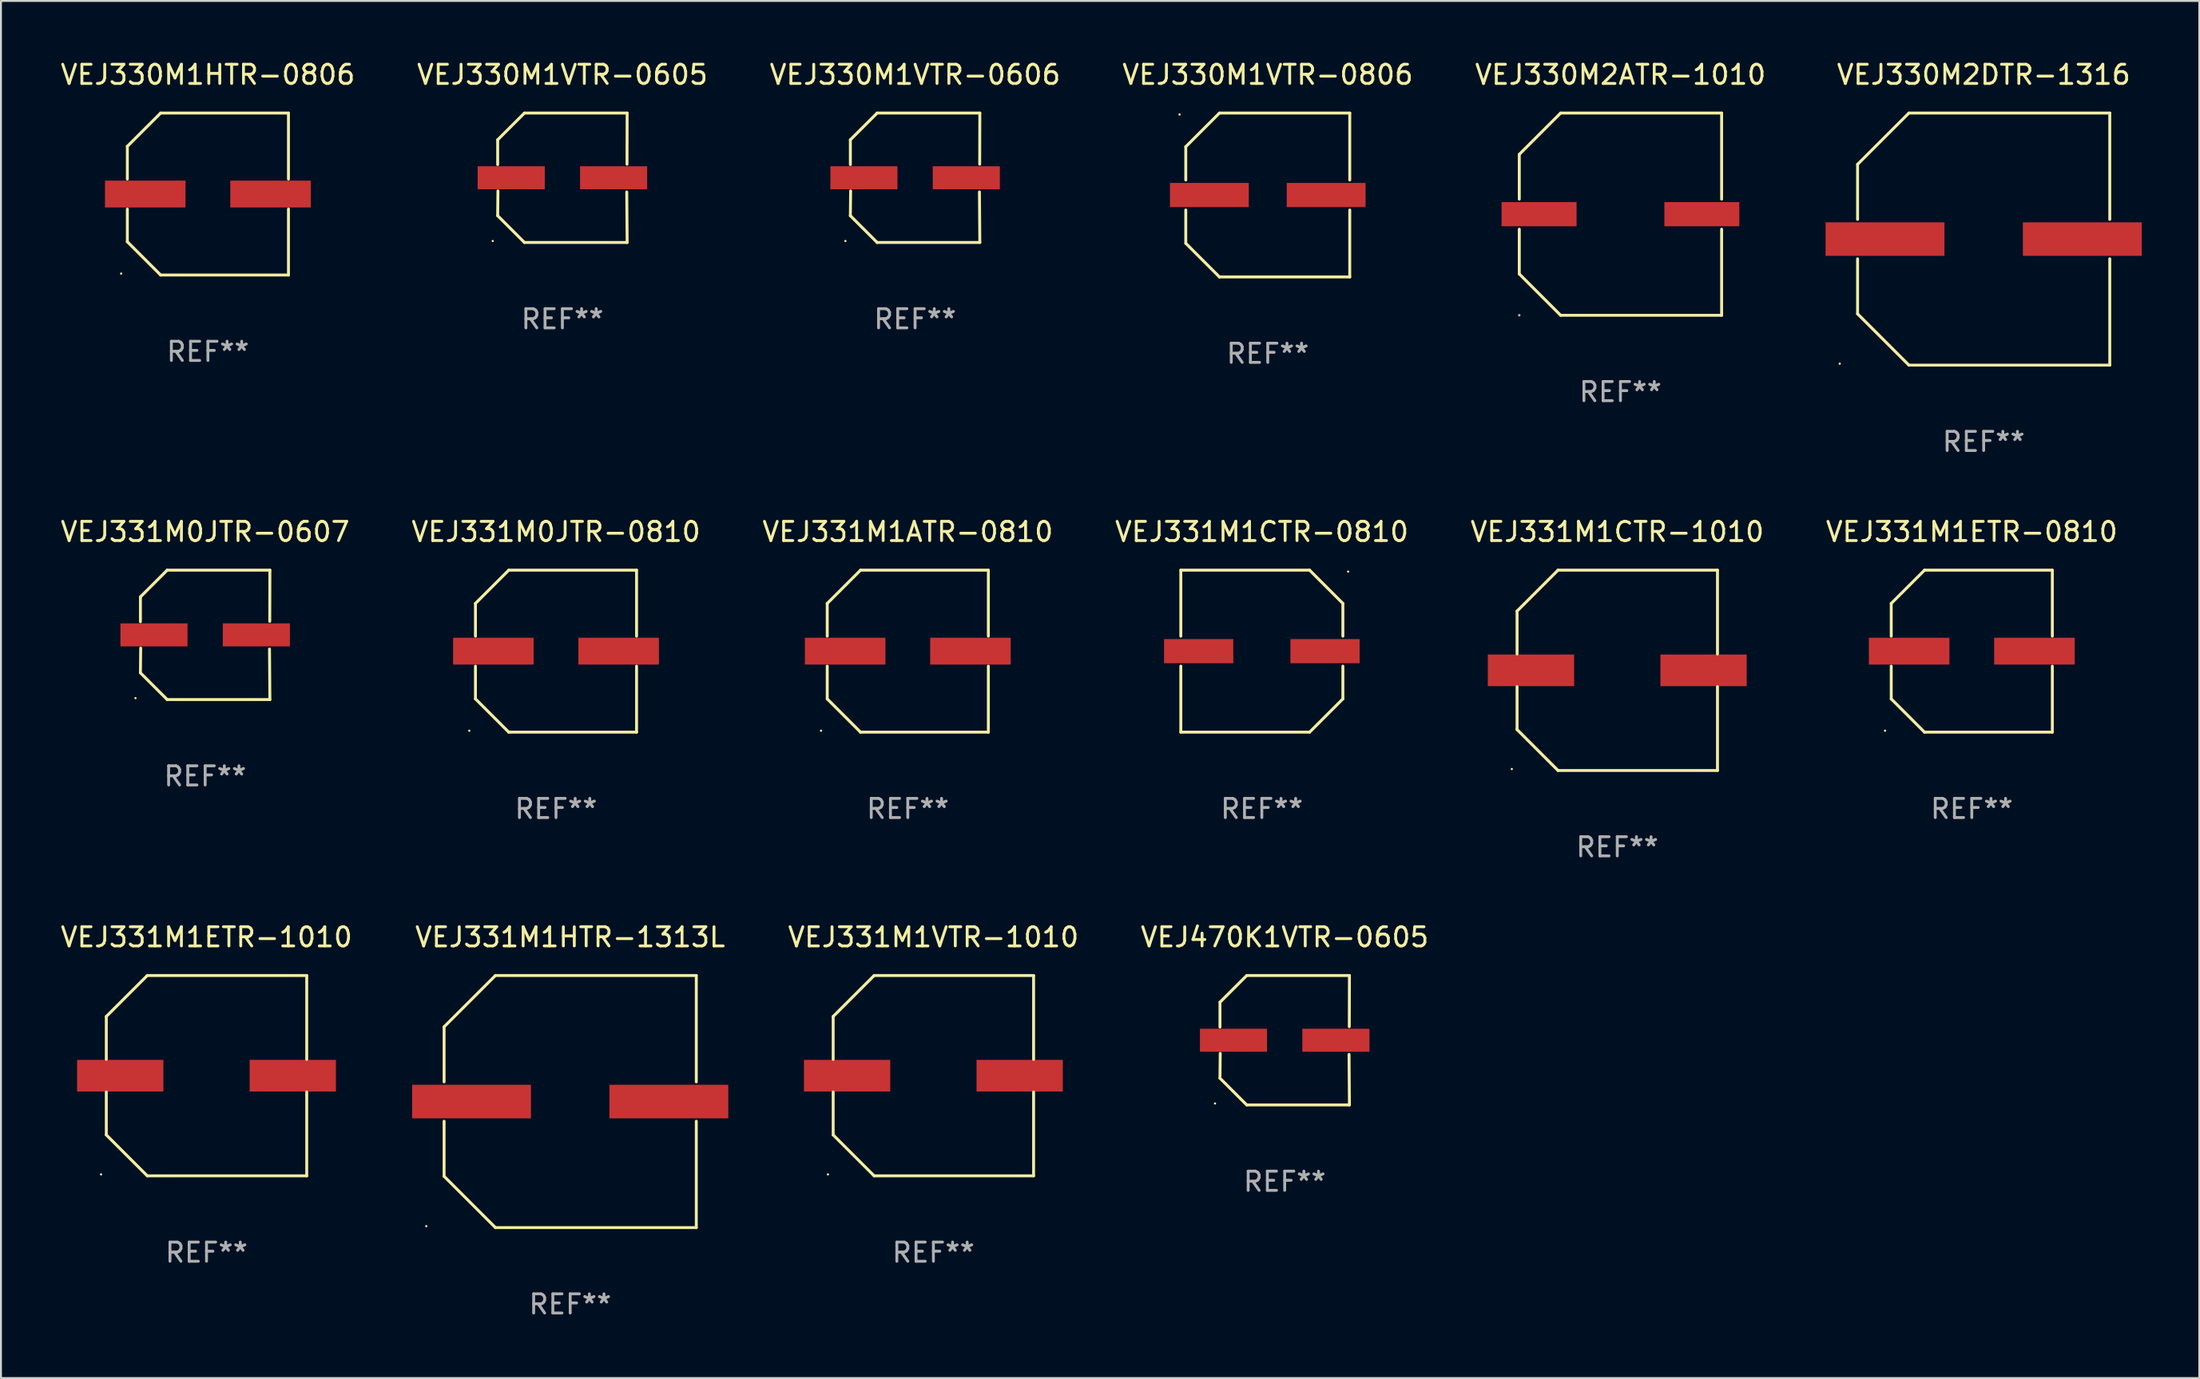
<source format=kicad_pcb>
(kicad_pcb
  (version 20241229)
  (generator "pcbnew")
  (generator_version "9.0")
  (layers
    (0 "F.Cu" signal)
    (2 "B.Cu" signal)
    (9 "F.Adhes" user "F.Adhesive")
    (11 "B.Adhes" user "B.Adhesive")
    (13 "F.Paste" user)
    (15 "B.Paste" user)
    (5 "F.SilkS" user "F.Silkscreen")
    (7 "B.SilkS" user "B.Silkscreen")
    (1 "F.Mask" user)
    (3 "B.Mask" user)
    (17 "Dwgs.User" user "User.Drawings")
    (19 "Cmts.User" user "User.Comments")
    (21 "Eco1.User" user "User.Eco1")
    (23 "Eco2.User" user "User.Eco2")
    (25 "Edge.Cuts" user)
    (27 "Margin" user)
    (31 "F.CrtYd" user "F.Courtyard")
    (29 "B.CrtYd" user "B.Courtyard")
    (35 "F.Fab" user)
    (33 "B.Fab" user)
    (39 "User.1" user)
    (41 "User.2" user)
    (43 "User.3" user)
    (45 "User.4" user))
  (footprint "VEJ330M2DTR-1316"
    (layer "F.Cu")
    (at 100.4 9.424)
    (property "Reference" "VEJ330M2DTR-1316" (at 0 -8.576 0) (layer "F.SilkS") (effects (font (size 1 1) (thickness 0.15))))
    (attr through_hole)
    (fp_line (start -6.576 -3.9) (end -6.576 -1.027) (stroke (width 0.152) (type solid)) (layer "F.SilkS"))
    (fp_line (start -6.576 3.9) (end -6.576 1.027) (stroke (width 0.152) (type solid)) (layer "F.SilkS"))
    (fp_line (start -3.9 -6.576) (end -6.576 -3.9) (stroke (width 0.152) (type solid)) (layer "F.SilkS"))
    (fp_line (start -3.9 6.576) (end -6.576 3.9) (stroke (width 0.152) (type solid)) (layer "F.SilkS"))
    (fp_line (start 6.576 -6.576) (end -3.9 -6.576) (stroke (width 0.152) (type solid)) (layer "F.SilkS"))
    (fp_line (start 6.576 -1.027) (end 6.576 -6.576) (stroke (width 0.152) (type solid)) (layer "F.SilkS"))
    (fp_line (start 6.576 1.027) (end 6.576 6.576) (stroke (width 0.152) (type solid)) (layer "F.SilkS"))
    (fp_line (start 6.576 6.576) (end -3.9 6.576) (stroke (width 0.152) (type solid)) (layer "F.SilkS"))
    (fp_circle (center -7.506 6.5) (end -7.476 6.5) (stroke (width 0.06) (type solid)) (fill no) (layer "F.SilkS"))
    (fp_text user "REF**" (at 0 10.576 0) (layer "F.Fab") (effects (font (size 1 1) (thickness 0.15))))
    (pad "1" smd rect (at -5.145 0) (size 6.2 1.75) (layers "F.Cu" "F.Mask" "F.Paste"))
    (pad "2" smd rect (at 5.145 0) (size 6.2 1.75) (layers "F.Cu" "F.Mask" "F.Paste")))
  (footprint "VEJ331M0JTR-0607"
    (layer "F.Cu")
    (at 7.649 30.073)
    (property "Reference" "VEJ331M0JTR-0607" (at 0 -5.376 0) (layer "F.SilkS") (effects (font (size 1 1) (thickness 0.15))))
    (attr through_hole)
    (fp_line (start -3.376 -1.98) (end -3.376 -0.686) (stroke (width 0.152) (type solid)) (layer "F.SilkS"))
    (fp_line (start -3.376 1.981) (end -3.362 0.686) (stroke (width 0.152) (type solid)) (layer "F.SilkS"))
    (fp_line (start -1.981 3.376) (end -3.376 1.981) (stroke (width 0.152) (type solid)) (layer "F.SilkS"))
    (fp_line (start -1.98 -3.376) (end -3.376 -1.98) (stroke (width 0.152) (type solid)) (layer "F.SilkS"))
    (fp_line (start 3.356 0.74) (end 3.376 3.376) (stroke (width 0.152) (type solid)) (layer "F.SilkS"))
    (fp_line (start 3.369 -0.707) (end 3.376 -3.376) (stroke (width 0.152) (type solid)) (layer "F.SilkS"))
    (fp_line (start 3.376 3.376) (end -1.981 3.376) (stroke (width 0.152) (type solid)) (layer "F.SilkS"))
    (fp_line (start 3.376 -3.376) (end -1.98 -3.376) (stroke (width 0.152) (type solid)) (layer "F.SilkS"))
    (fp_circle (center -3.634 3.3) (end -3.604 3.3) (stroke (width 0.06) (type solid)) (fill no) (layer "F.SilkS"))
    (fp_text user "REF**" (at 0 7.376 0) (layer "F.Fab") (effects (font (size 1 1) (thickness 0.15))))
    (pad "1" smd rect (at -2.67 0.000254) (size 3.5 1.2) (layers "F.Cu" "F.Mask" "F.Paste"))
    (pad "2" smd rect (at 2.67 0.000254) (size 3.5 1.2) (layers "F.Cu" "F.Mask" "F.Paste")))
  (footprint "VEJ330M1VTR-0605"
    (layer "F.Cu")
    (at 26.28 6.224)
    (property "Reference" "VEJ330M1VTR-0605" (at 0 -5.376 0) (layer "F.SilkS") (effects (font (size 1 1) (thickness 0.15))))
    (attr through_hole)
    (fp_line (start -3.376 -1.98) (end -3.376 -0.686) (stroke (width 0.152) (type solid)) (layer "F.SilkS"))
    (fp_line (start -3.376 1.981) (end -3.362 0.686) (stroke (width 0.152) (type solid)) (layer "F.SilkS"))
    (fp_line (start -1.981 3.376) (end -3.376 1.981) (stroke (width 0.152) (type solid)) (layer "F.SilkS"))
    (fp_line (start -1.98 -3.376) (end -3.376 -1.98) (stroke (width 0.152) (type solid)) (layer "F.SilkS"))
    (fp_line (start 3.356 0.74) (end 3.376 3.376) (stroke (width 0.152) (type solid)) (layer "F.SilkS"))
    (fp_line (start 3.369 -0.707) (end 3.376 -3.376) (stroke (width 0.152) (type solid)) (layer "F.SilkS"))
    (fp_line (start 3.376 3.376) (end -1.981 3.376) (stroke (width 0.152) (type solid)) (layer "F.SilkS"))
    (fp_line (start 3.376 -3.376) (end -1.98 -3.376) (stroke (width 0.152) (type solid)) (layer "F.SilkS"))
    (fp_circle (center -3.634 3.3) (end -3.604 3.3) (stroke (width 0.06) (type solid)) (fill no) (layer "F.SilkS"))
    (fp_text user "REF**" (at 0 7.376 0) (layer "F.Fab") (effects (font (size 1 1) (thickness 0.15))))
    (pad "1" smd rect (at -2.67 0.000254) (size 3.5 1.2) (layers "F.Cu" "F.Mask" "F.Paste"))
    (pad "2" smd rect (at 2.67 0.000254) (size 3.5 1.2) (layers "F.Cu" "F.Mask" "F.Paste")))
  (footprint "VEJ330M1VTR-0806"
    (layer "F.Cu")
    (at 63.065 7.124)
    (property "Reference" "VEJ330M1VTR-0806" (at 0 -6.276 0) (layer "F.SilkS") (effects (font (size 1 1) (thickness 0.15))))
    (attr through_hole)
    (fp_line (start -4.276 -2.52) (end -2.52 -4.276) (stroke (width 0.152) (type solid)) (layer "F.SilkS"))
    (fp_line (start -4.276 -0.782) (end -4.276 -2.52) (stroke (width 0.152) (type solid)) (layer "F.SilkS"))
    (fp_line (start -4.276 0.782) (end -4.276 2.52) (stroke (width 0.152) (type solid)) (layer "F.SilkS"))
    (fp_line (start -4.276 2.52) (end -2.52 4.276) (stroke (width 0.152) (type solid)) (layer "F.SilkS"))
    (fp_line (start -2.52 -4.276) (end 4.276 -4.276) (stroke (width 0.152) (type solid)) (layer "F.SilkS"))
    (fp_line (start -2.52 4.276) (end 4.276 4.276) (stroke (width 0.152) (type solid)) (layer "F.SilkS"))
    (fp_line (start 4.276 -4.276) (end 4.276 -0.782) (stroke (width 0.152) (type solid)) (layer "F.SilkS"))
    (fp_line (start 4.276 4.276) (end 4.276 0.782) (stroke (width 0.152) (type solid)) (layer "F.SilkS"))
    (fp_circle (center -4.6 -4.2) (end -4.57 -4.2) (stroke (width 0.06) (type solid)) (fill no) (layer "F.SilkS"))
    (fp_text user "REF**" (at 0 8.276 0) (layer "F.Fab") (effects (font (size 1 1) (thickness 0.15))))
    (pad "1" smd rect (at -3.045 -0.000025) (size 4.11 1.26) (layers "F.Cu" "F.Mask" "F.Paste"))
    (pad "2" smd rect (at 3.045 -0.000025) (size 4.11 1.26) (layers "F.Cu" "F.Mask" "F.Paste")))
  (footprint "VEJ331M1CTR-1010"
    (layer "F.Cu")
    (at 81.292 31.923)
    (property "Reference" "VEJ331M1CTR-1010" (at 0 -7.226 0) (layer "F.SilkS") (effects (font (size 1 1) (thickness 0.15))))
    (attr through_hole)
    (fp_line (start -5.226 -3.09) (end -5.226 -0.852) (stroke (width 0.152) (type solid)) (layer "F.SilkS"))
    (fp_line (start -5.226 3.09) (end -5.226 0.852) (stroke (width 0.152) (type solid)) (layer "F.SilkS"))
    (fp_line (start -3.09 -5.226) (end -5.226 -3.09) (stroke (width 0.152) (type solid)) (layer "F.SilkS"))
    (fp_line (start -3.09 5.226) (end -5.226 3.09) (stroke (width 0.152) (type solid)) (layer "F.SilkS"))
    (fp_line (start 5.226 -5.226) (end -3.09 -5.226) (stroke (width 0.152) (type solid)) (layer "F.SilkS"))
    (fp_line (start 5.226 -0.852) (end 5.226 -5.226) (stroke (width 0.152) (type solid)) (layer "F.SilkS"))
    (fp_line (start 5.226 0.852) (end 5.226 5.226) (stroke (width 0.152) (type solid)) (layer "F.SilkS"))
    (fp_line (start 5.226 5.226) (end -3.09 5.226) (stroke (width 0.152) (type solid)) (layer "F.SilkS"))
    (fp_circle (center -5.5 5.15) (end -5.47 5.15) (stroke (width 0.06) (type solid)) (fill no) (layer "F.SilkS"))
    (fp_text user "REF**" (at 0 9.226 0) (layer "F.Fab") (effects (font (size 1 1) (thickness 0.15))))
    (pad "1" smd rect (at -4.5 -0.000025) (size 4.5 1.65) (layers "F.Cu" "F.Mask" "F.Paste"))
    (pad "2" smd rect (at 4.5 -0.000025) (size 4.5 1.65) (layers "F.Cu" "F.Mask" "F.Paste")))
  (footprint "VEJ331M1CTR-0810"
    (layer "F.Cu")
    (at 62.756 30.923)
    (property "Reference" "VEJ331M1CTR-0810" (at 0 -6.226 0) (layer "F.SilkS") (effects (font (size 1 1) (thickness 0.15))))
    (attr through_hole)
    (fp_line (start -4.226 -4.226) (end 2.49 -4.226) (stroke (width 0.152) (type solid)) (layer "F.SilkS"))
    (fp_line (start -4.226 -0.782) (end -4.226 -4.226) (stroke (width 0.152) (type solid)) (layer "F.SilkS"))
    (fp_line (start -4.226 0.782) (end -4.226 4.226) (stroke (width 0.152) (type solid)) (layer "F.SilkS"))
    (fp_line (start -4.226 4.226) (end 2.49 4.226) (stroke (width 0.152) (type solid)) (layer "F.SilkS"))
    (fp_line (start 2.49 -4.226) (end 4.226 -2.49) (stroke (width 0.152) (type solid)) (layer "F.SilkS"))
    (fp_line (start 2.49 4.226) (end 4.226 2.49) (stroke (width 0.152) (type solid)) (layer "F.SilkS"))
    (fp_line (start 4.226 -2.49) (end 4.226 -0.782) (stroke (width 0.152) (type solid)) (layer "F.SilkS"))
    (fp_line (start 4.226 2.49) (end 4.226 0.782) (stroke (width 0.152) (type solid)) (layer "F.SilkS"))
    (fp_circle (center 4.5 -4.15) (end 4.53 -4.15) (stroke (width 0.06) (type solid)) (fill no) (layer "F.SilkS"))
    (fp_text user "REF**" (at 0 8.226 0) (layer "F.Fab") (effects (font (size 1 1) (thickness 0.15))))
    (pad "1" smd rect (at 3.295 0 180) (size 3.61 1.26) (layers "F.Cu" "F.Mask" "F.Paste"))
    (pad "2" smd rect (at -3.295 0 180) (size 3.61 1.26) (layers "F.Cu" "F.Mask" "F.Paste")))
  (footprint "VEJ331M1HTR-1313L"
    (layer "F.Cu")
    (at 26.686 54.422)
    (property "Reference" "VEJ331M1HTR-1313L" (at 0 -8.576 0) (layer "F.SilkS") (effects (font (size 1 1) (thickness 0.15))))
    (attr through_hole)
    (fp_line (start -6.576 -3.9) (end -6.576 -1.027) (stroke (width 0.152) (type solid)) (layer "F.SilkS"))
    (fp_line (start -6.576 3.9) (end -6.576 1.027) (stroke (width 0.152) (type solid)) (layer "F.SilkS"))
    (fp_line (start -3.9 -6.576) (end -6.576 -3.9) (stroke (width 0.152) (type solid)) (layer "F.SilkS"))
    (fp_line (start -3.9 6.576) (end -6.576 3.9) (stroke (width 0.152) (type solid)) (layer "F.SilkS"))
    (fp_line (start 6.576 -6.576) (end -3.9 -6.576) (stroke (width 0.152) (type solid)) (layer "F.SilkS"))
    (fp_line (start 6.576 -1.027) (end 6.576 -6.576) (stroke (width 0.152) (type solid)) (layer "F.SilkS"))
    (fp_line (start 6.576 1.027) (end 6.576 6.576) (stroke (width 0.152) (type solid)) (layer "F.SilkS"))
    (fp_line (start 6.576 6.576) (end -3.9 6.576) (stroke (width 0.152) (type solid)) (layer "F.SilkS"))
    (fp_circle (center -7.506 6.5) (end -7.476 6.5) (stroke (width 0.06) (type solid)) (fill no) (layer "F.SilkS"))
    (fp_text user "REF**" (at 0 10.576 0) (layer "F.Fab") (effects (font (size 1 1) (thickness 0.15))))
    (pad "1" smd rect (at -5.145 0) (size 6.2 1.75) (layers "F.Cu" "F.Mask" "F.Paste"))
    (pad "2" smd rect (at 5.145 0) (size 6.2 1.75) (layers "F.Cu" "F.Mask" "F.Paste")))
  (footprint "VEJ331M1ETR-0810"
    (layer "F.Cu")
    (at 99.78 30.923)
    (property "Reference" "VEJ331M1ETR-0810" (at 0 -6.226 0) (layer "F.SilkS") (effects (font (size 1 1) (thickness 0.15))))
    (attr through_hole)
    (fp_line (start -4.201 -2.49) (end -4.201 -0.782) (stroke (width 0.152) (type solid)) (layer "F.SilkS"))
    (fp_line (start -4.201 2.49) (end -4.201 0.782) (stroke (width 0.152) (type solid)) (layer "F.SilkS"))
    (fp_line (start -2.465 -4.226) (end -4.201 -2.49) (stroke (width 0.152) (type solid)) (layer "F.SilkS"))
    (fp_line (start -2.465 4.226) (end -4.201 2.49) (stroke (width 0.152) (type solid)) (layer "F.SilkS"))
    (fp_line (start 4.201 -4.226) (end -2.465 -4.226) (stroke (width 0.152) (type solid)) (layer "F.SilkS"))
    (fp_line (start 4.201 -0.782) (end 4.201 -4.226) (stroke (width 0.152) (type solid)) (layer "F.SilkS"))
    (fp_line (start 4.201 0.782) (end 4.201 4.226) (stroke (width 0.152) (type solid)) (layer "F.SilkS"))
    (fp_line (start 4.201 4.226) (end -2.465 4.226) (stroke (width 0.152) (type solid)) (layer "F.SilkS"))
    (fp_circle (center -4.524 4.15) (end -4.494 4.15) (stroke (width 0.06) (type solid)) (fill no) (layer "F.SilkS"))
    (fp_text user "REF**" (at 0 8.226 0) (layer "F.Fab") (effects (font (size 1 1) (thickness 0.15))))
    (pad "1" smd rect (at -3.267 0) (size 4.2 1.4) (layers "F.Cu" "F.Mask" "F.Paste"))
    (pad "2" smd rect (at 3.267 0) (size 4.2 1.4) (layers "F.Cu" "F.Mask" "F.Paste")))
  (footprint "VEJ331M1ATR-0810"
    (layer "F.Cu")
    (at 44.292 30.923)
    (property "Reference" "VEJ331M1ATR-0810" (at 0 -6.226 0) (layer "F.SilkS") (effects (font (size 1 1) (thickness 0.15))))
    (attr through_hole)
    (fp_line (start -4.201 -2.49) (end -4.201 -0.782) (stroke (width 0.152) (type solid)) (layer "F.SilkS"))
    (fp_line (start -4.201 2.49) (end -4.201 0.782) (stroke (width 0.152) (type solid)) (layer "F.SilkS"))
    (fp_line (start -2.465 -4.226) (end -4.201 -2.49) (stroke (width 0.152) (type solid)) (layer "F.SilkS"))
    (fp_line (start -2.465 4.226) (end -4.201 2.49) (stroke (width 0.152) (type solid)) (layer "F.SilkS"))
    (fp_line (start 4.201 -4.226) (end -2.465 -4.226) (stroke (width 0.152) (type solid)) (layer "F.SilkS"))
    (fp_line (start 4.201 -0.782) (end 4.201 -4.226) (stroke (width 0.152) (type solid)) (layer "F.SilkS"))
    (fp_line (start 4.201 0.782) (end 4.201 4.226) (stroke (width 0.152) (type solid)) (layer "F.SilkS"))
    (fp_line (start 4.201 4.226) (end -2.465 4.226) (stroke (width 0.152) (type solid)) (layer "F.SilkS"))
    (fp_circle (center -4.524 4.15) (end -4.494 4.15) (stroke (width 0.06) (type solid)) (fill no) (layer "F.SilkS"))
    (fp_text user "REF**" (at 0 8.226 0) (layer "F.Fab") (effects (font (size 1 1) (thickness 0.15))))
    (pad "1" smd rect (at -3.267 0) (size 4.2 1.4) (layers "F.Cu" "F.Mask" "F.Paste"))
    (pad "2" smd rect (at 3.267 0) (size 4.2 1.4) (layers "F.Cu" "F.Mask" "F.Paste")))
  (footprint "VEJ330M2ATR-1010"
    (layer "F.Cu")
    (at 81.458 8.124)
    (property "Reference" "VEJ330M2ATR-1010" (at 0 -7.276 0) (layer "F.SilkS") (effects (font (size 1 1) (thickness 0.15))))
    (attr through_hole)
    (fp_line (start -5.276 -3.12) (end -3.12 -5.276) (stroke (width 0.152) (type solid)) (layer "F.SilkS"))
    (fp_line (start -5.276 -0.783) (end -5.276 -3.12) (stroke (width 0.152) (type solid)) (layer "F.SilkS"))
    (fp_line (start -5.276 0.783) (end -5.276 3.12) (stroke (width 0.152) (type solid)) (layer "F.SilkS"))
    (fp_line (start -5.276 3.12) (end -3.12 5.276) (stroke (width 0.152) (type solid)) (layer "F.SilkS"))
    (fp_line (start -3.12 -5.276) (end 5.276 -5.276) (stroke (width 0.152) (type solid)) (layer "F.SilkS"))
    (fp_line (start -3.12 5.276) (end 5.276 5.276) (stroke (width 0.152) (type solid)) (layer "F.SilkS"))
    (fp_line (start 5.276 -5.276) (end 5.276 -0.783) (stroke (width 0.152) (type solid)) (layer "F.SilkS"))
    (fp_line (start 5.276 5.276) (end 5.276 0.783) (stroke (width 0.152) (type solid)) (layer "F.SilkS"))
    (fp_circle (center -5.276 5.276) (end -5.246 5.276) (stroke (width 0.06) (type solid)) (fill no) (layer "F.SilkS"))
    (fp_circle (center -5.276 5.276) (end -5.246 5.276) (stroke (width 0.06) (type solid)) (fill no) (layer "F.Fab"))
    (fp_text user "REF**" (at 0 9.276 0) (layer "F.Fab") (effects (font (size 1 1) (thickness 0.15))))
    (pad "1" smd rect (at -4.245 0) (size 3.91 1.261) (layers "F.Cu" "F.Mask" "F.Paste"))
    (pad "2" smd rect (at 4.245 0) (size 3.91 1.261) (layers "F.Cu" "F.Mask" "F.Paste")))
  (footprint "VEJ330M1VTR-0606"
    (layer "F.Cu")
    (at 44.673 6.224)
    (property "Reference" "VEJ330M1VTR-0606" (at 0 -5.376 0) (layer "F.SilkS") (effects (font (size 1 1) (thickness 0.15))))
    (attr through_hole)
    (fp_line (start -3.376 -1.98) (end -3.376 -0.686) (stroke (width 0.152) (type solid)) (layer "F.SilkS"))
    (fp_line (start -3.376 1.981) (end -3.362 0.686) (stroke (width 0.152) (type solid)) (layer "F.SilkS"))
    (fp_line (start -1.981 3.376) (end -3.376 1.981) (stroke (width 0.152) (type solid)) (layer "F.SilkS"))
    (fp_line (start -1.98 -3.376) (end -3.376 -1.98) (stroke (width 0.152) (type solid)) (layer "F.SilkS"))
    (fp_line (start 3.356 0.74) (end 3.376 3.376) (stroke (width 0.152) (type solid)) (layer "F.SilkS"))
    (fp_line (start 3.369 -0.707) (end 3.376 -3.376) (stroke (width 0.152) (type solid)) (layer "F.SilkS"))
    (fp_line (start 3.376 3.376) (end -1.981 3.376) (stroke (width 0.152) (type solid)) (layer "F.SilkS"))
    (fp_line (start 3.376 -3.376) (end -1.98 -3.376) (stroke (width 0.152) (type solid)) (layer "F.SilkS"))
    (fp_circle (center -3.634 3.3) (end -3.604 3.3) (stroke (width 0.06) (type solid)) (fill no) (layer "F.SilkS"))
    (fp_text user "REF**" (at 0 7.376 0) (layer "F.Fab") (effects (font (size 1 1) (thickness 0.15))))
    (pad "1" smd rect (at -2.67 0.000254) (size 3.5 1.2) (layers "F.Cu" "F.Mask" "F.Paste"))
    (pad "2" smd rect (at 2.67 0.000254) (size 3.5 1.2) (layers "F.Cu" "F.Mask" "F.Paste")))
  (footprint "VEJ470K1VTR-0605"
    (layer "F.Cu")
    (at 63.948 51.222)
    (property "Reference" "VEJ470K1VTR-0605" (at 0 -5.376 0) (layer "F.SilkS") (effects (font (size 1 1) (thickness 0.15))))
    (attr through_hole)
    (fp_line (start -3.376 -1.98) (end -3.376 -0.686) (stroke (width 0.152) (type solid)) (layer "F.SilkS"))
    (fp_line (start -3.376 1.981) (end -3.362 0.686) (stroke (width 0.152) (type solid)) (layer "F.SilkS"))
    (fp_line (start -1.981 3.376) (end -3.376 1.981) (stroke (width 0.152) (type solid)) (layer "F.SilkS"))
    (fp_line (start -1.98 -3.376) (end -3.376 -1.98) (stroke (width 0.152) (type solid)) (layer "F.SilkS"))
    (fp_line (start 3.356 0.74) (end 3.376 3.376) (stroke (width 0.152) (type solid)) (layer "F.SilkS"))
    (fp_line (start 3.369 -0.707) (end 3.376 -3.376) (stroke (width 0.152) (type solid)) (layer "F.SilkS"))
    (fp_line (start 3.376 3.376) (end -1.981 3.376) (stroke (width 0.152) (type solid)) (layer "F.SilkS"))
    (fp_line (start 3.376 -3.376) (end -1.98 -3.376) (stroke (width 0.152) (type solid)) (layer "F.SilkS"))
    (fp_circle (center -3.634 3.3) (end -3.604 3.3) (stroke (width 0.06) (type solid)) (fill no) (layer "F.SilkS"))
    (fp_text user "REF**" (at 0 7.376 0) (layer "F.Fab") (effects (font (size 1 1) (thickness 0.15))))
    (pad "1" smd rect (at -2.67 0.000254) (size 3.5 1.2) (layers "F.Cu" "F.Mask" "F.Paste"))
    (pad "2" smd rect (at 2.67 0.000254) (size 3.5 1.2) (layers "F.Cu" "F.Mask" "F.Paste")))
  (footprint "VEJ330M1HTR-0806"
    (layer "F.Cu")
    (at 7.792 7.074)
    (property "Reference" "VEJ330M1HTR-0806" (at 0 -6.226 0) (layer "F.SilkS") (effects (font (size 1 1) (thickness 0.15))))
    (attr through_hole)
    (fp_line (start -4.201 -2.49) (end -4.201 -0.782) (stroke (width 0.152) (type solid)) (layer "F.SilkS"))
    (fp_line (start -4.201 2.49) (end -4.201 0.782) (stroke (width 0.152) (type solid)) (layer "F.SilkS"))
    (fp_line (start -2.465 -4.226) (end -4.201 -2.49) (stroke (width 0.152) (type solid)) (layer "F.SilkS"))
    (fp_line (start -2.465 4.226) (end -4.201 2.49) (stroke (width 0.152) (type solid)) (layer "F.SilkS"))
    (fp_line (start 4.201 -4.226) (end -2.465 -4.226) (stroke (width 0.152) (type solid)) (layer "F.SilkS"))
    (fp_line (start 4.201 -0.782) (end 4.201 -4.226) (stroke (width 0.152) (type solid)) (layer "F.SilkS"))
    (fp_line (start 4.201 0.782) (end 4.201 4.226) (stroke (width 0.152) (type solid)) (layer "F.SilkS"))
    (fp_line (start 4.201 4.226) (end -2.465 4.226) (stroke (width 0.152) (type solid)) (layer "F.SilkS"))
    (fp_circle (center -4.524 4.15) (end -4.494 4.15) (stroke (width 0.06) (type solid)) (fill no) (layer "F.SilkS"))
    (fp_text user "REF**" (at 0 8.226 0) (layer "F.Fab") (effects (font (size 1 1) (thickness 0.15))))
    (pad "1" smd rect (at -3.267 0) (size 4.2 1.4) (layers "F.Cu" "F.Mask" "F.Paste"))
    (pad "2" smd rect (at 3.267 0) (size 4.2 1.4) (layers "F.Cu" "F.Mask" "F.Paste")))
  (footprint "VEJ331M0JTR-0810"
    (layer "F.Cu")
    (at 25.946 30.923)
    (property "Reference" "VEJ331M0JTR-0810" (at 0 -6.226 0) (layer "F.SilkS") (effects (font (size 1 1) (thickness 0.15))))
    (attr through_hole)
    (fp_line (start -4.201 -2.49) (end -4.201 -0.782) (stroke (width 0.152) (type solid)) (layer "F.SilkS"))
    (fp_line (start -4.201 2.49) (end -4.201 0.782) (stroke (width 0.152) (type solid)) (layer "F.SilkS"))
    (fp_line (start -2.465 -4.226) (end -4.201 -2.49) (stroke (width 0.152) (type solid)) (layer "F.SilkS"))
    (fp_line (start -2.465 4.226) (end -4.201 2.49) (stroke (width 0.152) (type solid)) (layer "F.SilkS"))
    (fp_line (start 4.201 -4.226) (end -2.465 -4.226) (stroke (width 0.152) (type solid)) (layer "F.SilkS"))
    (fp_line (start 4.201 -0.782) (end 4.201 -4.226) (stroke (width 0.152) (type solid)) (layer "F.SilkS"))
    (fp_line (start 4.201 0.782) (end 4.201 4.226) (stroke (width 0.152) (type solid)) (layer "F.SilkS"))
    (fp_line (start 4.201 4.226) (end -2.465 4.226) (stroke (width 0.152) (type solid)) (layer "F.SilkS"))
    (fp_circle (center -4.524 4.15) (end -4.494 4.15) (stroke (width 0.06) (type solid)) (fill no) (layer "F.SilkS"))
    (fp_text user "REF**" (at 0 8.226 0) (layer "F.Fab") (effects (font (size 1 1) (thickness 0.15))))
    (pad "1" smd rect (at -3.267 0) (size 4.2 1.4) (layers "F.Cu" "F.Mask" "F.Paste"))
    (pad "2" smd rect (at 3.267 0) (size 4.2 1.4) (layers "F.Cu" "F.Mask" "F.Paste")))
  (footprint "VEJ331M1VTR-1010"
    (layer "F.Cu")
    (at 45.627 53.072)
    (property "Reference" "VEJ331M1VTR-1010" (at 0 -7.226 0) (layer "F.SilkS") (effects (font (size 1 1) (thickness 0.15))))
    (attr through_hole)
    (fp_line (start -5.226 -3.09) (end -5.226 -0.852) (stroke (width 0.152) (type solid)) (layer "F.SilkS"))
    (fp_line (start -5.226 3.09) (end -5.226 0.852) (stroke (width 0.152) (type solid)) (layer "F.SilkS"))
    (fp_line (start -3.09 -5.226) (end -5.226 -3.09) (stroke (width 0.152) (type solid)) (layer "F.SilkS"))
    (fp_line (start -3.09 5.226) (end -5.226 3.09) (stroke (width 0.152) (type solid)) (layer "F.SilkS"))
    (fp_line (start 5.226 -5.226) (end -3.09 -5.226) (stroke (width 0.152) (type solid)) (layer "F.SilkS"))
    (fp_line (start 5.226 -0.852) (end 5.226 -5.226) (stroke (width 0.152) (type solid)) (layer "F.SilkS"))
    (fp_line (start 5.226 0.852) (end 5.226 5.226) (stroke (width 0.152) (type solid)) (layer "F.SilkS"))
    (fp_line (start 5.226 5.226) (end -3.09 5.226) (stroke (width 0.152) (type solid)) (layer "F.SilkS"))
    (fp_circle (center -5.5 5.15) (end -5.47 5.15) (stroke (width 0.06) (type solid)) (fill no) (layer "F.SilkS"))
    (fp_text user "REF**" (at 0 9.226 0) (layer "F.Fab") (effects (font (size 1 1) (thickness 0.15))))
    (pad "1" smd rect (at -4.5 -0.000025) (size 4.5 1.65) (layers "F.Cu" "F.Mask" "F.Paste"))
    (pad "2" smd rect (at 4.5 -0.000025) (size 4.5 1.65) (layers "F.Cu" "F.Mask" "F.Paste")))
  (footprint "VEJ331M1ETR-1010"
    (layer "F.Cu")
    (at 7.72 53.072)
    (property "Reference" "VEJ331M1ETR-1010" (at 0 -7.226 0) (layer "F.SilkS") (effects (font (size 1 1) (thickness 0.15))))
    (attr through_hole)
    (fp_line (start -5.226 -3.09) (end -5.226 -0.852) (stroke (width 0.152) (type solid)) (layer "F.SilkS"))
    (fp_line (start -5.226 3.09) (end -5.226 0.852) (stroke (width 0.152) (type solid)) (layer "F.SilkS"))
    (fp_line (start -3.09 -5.226) (end -5.226 -3.09) (stroke (width 0.152) (type solid)) (layer "F.SilkS"))
    (fp_line (start -3.09 5.226) (end -5.226 3.09) (stroke (width 0.152) (type solid)) (layer "F.SilkS"))
    (fp_line (start 5.226 -5.226) (end -3.09 -5.226) (stroke (width 0.152) (type solid)) (layer "F.SilkS"))
    (fp_line (start 5.226 -0.852) (end 5.226 -5.226) (stroke (width 0.152) (type solid)) (layer "F.SilkS"))
    (fp_line (start 5.226 0.852) (end 5.226 5.226) (stroke (width 0.152) (type solid)) (layer "F.SilkS"))
    (fp_line (start 5.226 5.226) (end -3.09 5.226) (stroke (width 0.152) (type solid)) (layer "F.SilkS"))
    (fp_circle (center -5.5 5.15) (end -5.47 5.15) (stroke (width 0.06) (type solid)) (fill no) (layer "F.SilkS"))
    (fp_text user "REF**" (at 0 9.226 0) (layer "F.Fab") (effects (font (size 1 1) (thickness 0.15))))
    (pad "1" smd rect (at -4.5 -0.000025) (size 4.5 1.65) (layers "F.Cu" "F.Mask" "F.Paste"))
    (pad "2" smd rect (at 4.5 -0.000025) (size 4.5 1.65) (layers "F.Cu" "F.Mask" "F.Paste")))
  (gr_rect
    (start -3 -3)
    (end 111.645 68.847)
    (stroke (width 0.1) (type default))
    (fill no)
    (layer "Edge.Cuts")))
</source>
